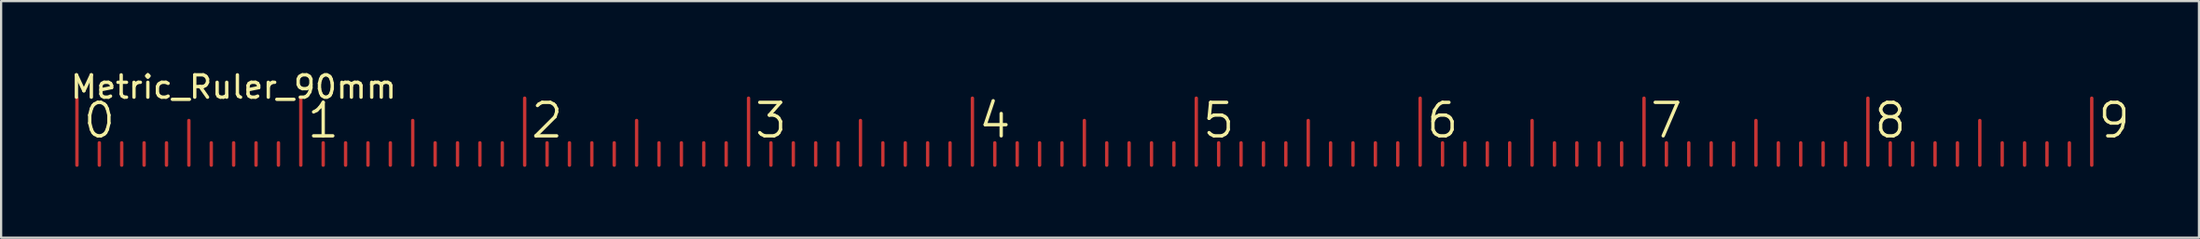
<source format=kicad_pcb>
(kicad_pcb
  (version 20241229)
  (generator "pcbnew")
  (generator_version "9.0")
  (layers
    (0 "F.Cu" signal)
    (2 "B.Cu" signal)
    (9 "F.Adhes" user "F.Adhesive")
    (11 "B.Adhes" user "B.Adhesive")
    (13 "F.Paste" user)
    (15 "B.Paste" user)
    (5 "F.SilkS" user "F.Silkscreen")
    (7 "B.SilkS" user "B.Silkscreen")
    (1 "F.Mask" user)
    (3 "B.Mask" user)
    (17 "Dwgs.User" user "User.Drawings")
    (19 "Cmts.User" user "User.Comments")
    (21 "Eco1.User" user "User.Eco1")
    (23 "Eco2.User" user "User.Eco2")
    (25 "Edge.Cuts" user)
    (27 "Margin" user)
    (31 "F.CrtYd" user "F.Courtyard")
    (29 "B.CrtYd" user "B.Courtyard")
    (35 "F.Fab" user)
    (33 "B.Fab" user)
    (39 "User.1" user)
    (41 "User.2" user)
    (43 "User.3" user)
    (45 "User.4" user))
  (footprint "Metric_Ruler_90mm"
    (layer "F.Cu")
    (at 0.387 4.348)
    (property "Reference" "Metric_Ruler_90mm" (at 7 -3.5 0) (layer "F.SilkS") (effects (font (size 1 1) (thickness 0.15))))
    (attr through_hole)
    (fp_line (start 0 0) (end 0 -3) (stroke (width 0.15) (type solid)) (layer "F.Cu"))
    (fp_line (start 1 0) (end 1 -1) (stroke (width 0.15) (type solid)) (layer "F.Cu"))
    (fp_line (start 2 0) (end 2 -1) (stroke (width 0.15) (type solid)) (layer "F.Cu"))
    (fp_line (start 3 0) (end 3 -1) (stroke (width 0.15) (type solid)) (layer "F.Cu"))
    (fp_line (start 4 0) (end 4 -1) (stroke (width 0.15) (type solid)) (layer "F.Cu"))
    (fp_line (start 5 0) (end 5 -2) (stroke (width 0.15) (type solid)) (layer "F.Cu"))
    (fp_line (start 6 0) (end 6 -1) (stroke (width 0.15) (type solid)) (layer "F.Cu"))
    (fp_line (start 7 0) (end 7 -1) (stroke (width 0.15) (type solid)) (layer "F.Cu"))
    (fp_line (start 8 0) (end 8 -1) (stroke (width 0.15) (type solid)) (layer "F.Cu"))
    (fp_line (start 9 0) (end 9 -1) (stroke (width 0.15) (type solid)) (layer "F.Cu"))
    (fp_line (start 10 0) (end 10 -3) (stroke (width 0.15) (type solid)) (layer "F.Cu"))
    (fp_line (start 11 0) (end 11 -1) (stroke (width 0.15) (type solid)) (layer "F.Cu"))
    (fp_line (start 12 0) (end 12 -1) (stroke (width 0.15) (type solid)) (layer "F.Cu"))
    (fp_line (start 13 0) (end 13 -1) (stroke (width 0.15) (type solid)) (layer "F.Cu"))
    (fp_line (start 14 0) (end 14 -1) (stroke (width 0.15) (type solid)) (layer "F.Cu"))
    (fp_line (start 15 0) (end 15 -2) (stroke (width 0.15) (type solid)) (layer "F.Cu"))
    (fp_line (start 16 0) (end 16 -1) (stroke (width 0.15) (type solid)) (layer "F.Cu"))
    (fp_line (start 17 0) (end 17 -1) (stroke (width 0.15) (type solid)) (layer "F.Cu"))
    (fp_line (start 18 0) (end 18 -1) (stroke (width 0.15) (type solid)) (layer "F.Cu"))
    (fp_line (start 19 0) (end 19 -1) (stroke (width 0.15) (type solid)) (layer "F.Cu"))
    (fp_line (start 20 0) (end 20 -3) (stroke (width 0.15) (type solid)) (layer "F.Cu"))
    (fp_line (start 21 0) (end 21 -1) (stroke (width 0.15) (type solid)) (layer "F.Cu"))
    (fp_line (start 22 0) (end 22 -1) (stroke (width 0.15) (type solid)) (layer "F.Cu"))
    (fp_line (start 23 0) (end 23 -1) (stroke (width 0.15) (type solid)) (layer "F.Cu"))
    (fp_line (start 24 0) (end 24 -1) (stroke (width 0.15) (type solid)) (layer "F.Cu"))
    (fp_line (start 25 0) (end 25 -2) (stroke (width 0.15) (type solid)) (layer "F.Cu"))
    (fp_line (start 26 0) (end 26 -1) (stroke (width 0.15) (type solid)) (layer "F.Cu"))
    (fp_line (start 27 0) (end 27 -1) (stroke (width 0.15) (type solid)) (layer "F.Cu"))
    (fp_line (start 28 0) (end 28 -1) (stroke (width 0.15) (type solid)) (layer "F.Cu"))
    (fp_line (start 29 0) (end 29 -1) (stroke (width 0.15) (type solid)) (layer "F.Cu"))
    (fp_line (start 30 0) (end 30 -3) (stroke (width 0.15) (type solid)) (layer "F.Cu"))
    (fp_line (start 31 0) (end 31 -1) (stroke (width 0.15) (type solid)) (layer "F.Cu"))
    (fp_line (start 32 0) (end 32 -1) (stroke (width 0.15) (type solid)) (layer "F.Cu"))
    (fp_line (start 33 0) (end 33 -1) (stroke (width 0.15) (type solid)) (layer "F.Cu"))
    (fp_line (start 34 0) (end 34 -1) (stroke (width 0.15) (type solid)) (layer "F.Cu"))
    (fp_line (start 35 0) (end 35 -2) (stroke (width 0.15) (type solid)) (layer "F.Cu"))
    (fp_line (start 36 0) (end 36 -1) (stroke (width 0.15) (type solid)) (layer "F.Cu"))
    (fp_line (start 37 0) (end 37 -1) (stroke (width 0.15) (type solid)) (layer "F.Cu"))
    (fp_line (start 38 0) (end 38 -1) (stroke (width 0.15) (type solid)) (layer "F.Cu"))
    (fp_line (start 39 0) (end 39 -1) (stroke (width 0.15) (type solid)) (layer "F.Cu"))
    (fp_line (start 40 0) (end 40 -3) (stroke (width 0.15) (type solid)) (layer "F.Cu"))
    (fp_line (start 41 0) (end 41 -1) (stroke (width 0.15) (type solid)) (layer "F.Cu"))
    (fp_line (start 42 0) (end 42 -1) (stroke (width 0.15) (type solid)) (layer "F.Cu"))
    (fp_line (start 43 0) (end 43 -1) (stroke (width 0.15) (type solid)) (layer "F.Cu"))
    (fp_line (start 44 0) (end 44 -1) (stroke (width 0.15) (type solid)) (layer "F.Cu"))
    (fp_line (start 45 0) (end 45 -2) (stroke (width 0.15) (type solid)) (layer "F.Cu"))
    (fp_line (start 46 0) (end 46 -1) (stroke (width 0.15) (type solid)) (layer "F.Cu"))
    (fp_line (start 47 0) (end 47 -1) (stroke (width 0.15) (type solid)) (layer "F.Cu"))
    (fp_line (start 48 0) (end 48 -1) (stroke (width 0.15) (type solid)) (layer "F.Cu"))
    (fp_line (start 49 0) (end 49 -1) (stroke (width 0.15) (type solid)) (layer "F.Cu"))
    (fp_line (start 50 0) (end 50 -3) (stroke (width 0.15) (type solid)) (layer "F.Cu"))
    (fp_line (start 51 0) (end 51 -1) (stroke (width 0.15) (type solid)) (layer "F.Cu"))
    (fp_line (start 52 0) (end 52 -1) (stroke (width 0.15) (type solid)) (layer "F.Cu"))
    (fp_line (start 53 0) (end 53 -1) (stroke (width 0.15) (type solid)) (layer "F.Cu"))
    (fp_line (start 54 0) (end 54 -1) (stroke (width 0.15) (type solid)) (layer "F.Cu"))
    (fp_line (start 55 0) (end 55 -2) (stroke (width 0.15) (type solid)) (layer "F.Cu"))
    (fp_line (start 56 0) (end 56 -1) (stroke (width 0.15) (type solid)) (layer "F.Cu"))
    (fp_line (start 57 0) (end 57 -1) (stroke (width 0.15) (type solid)) (layer "F.Cu"))
    (fp_line (start 58 0) (end 58 -1) (stroke (width 0.15) (type solid)) (layer "F.Cu"))
    (fp_line (start 59 0) (end 59 -1) (stroke (width 0.15) (type solid)) (layer "F.Cu"))
    (fp_line (start 60 0) (end 60 -3) (stroke (width 0.15) (type solid)) (layer "F.Cu"))
    (fp_line (start 61 0) (end 61 -1) (stroke (width 0.15) (type solid)) (layer "F.Cu"))
    (fp_line (start 62 0) (end 62 -1) (stroke (width 0.15) (type solid)) (layer "F.Cu"))
    (fp_line (start 63 0) (end 63 -1) (stroke (width 0.15) (type solid)) (layer "F.Cu"))
    (fp_line (start 64 0) (end 64 -1) (stroke (width 0.15) (type solid)) (layer "F.Cu"))
    (fp_line (start 65 0) (end 65 -2) (stroke (width 0.15) (type solid)) (layer "F.Cu"))
    (fp_line (start 66 0) (end 66 -1) (stroke (width 0.15) (type solid)) (layer "F.Cu"))
    (fp_line (start 67 0) (end 67 -1) (stroke (width 0.15) (type solid)) (layer "F.Cu"))
    (fp_line (start 68 0) (end 68 -1) (stroke (width 0.15) (type solid)) (layer "F.Cu"))
    (fp_line (start 69 0) (end 69 -1) (stroke (width 0.15) (type solid)) (layer "F.Cu"))
    (fp_line (start 70 0) (end 70 -3) (stroke (width 0.15) (type solid)) (layer "F.Cu"))
    (fp_line (start 71 0) (end 71 -1) (stroke (width 0.15) (type solid)) (layer "F.Cu"))
    (fp_line (start 72 0) (end 72 -1) (stroke (width 0.15) (type solid)) (layer "F.Cu"))
    (fp_line (start 73 0) (end 73 -1) (stroke (width 0.15) (type solid)) (layer "F.Cu"))
    (fp_line (start 74 0) (end 74 -1) (stroke (width 0.15) (type solid)) (layer "F.Cu"))
    (fp_line (start 75 0) (end 75 -2) (stroke (width 0.15) (type solid)) (layer "F.Cu"))
    (fp_line (start 76 0) (end 76 -1) (stroke (width 0.15) (type solid)) (layer "F.Cu"))
    (fp_line (start 77 0) (end 77 -1) (stroke (width 0.15) (type solid)) (layer "F.Cu"))
    (fp_line (start 78 0) (end 78 -1) (stroke (width 0.15) (type solid)) (layer "F.Cu"))
    (fp_line (start 79 0) (end 79 -1) (stroke (width 0.15) (type solid)) (layer "F.Cu"))
    (fp_line (start 80 0) (end 80 -3) (stroke (width 0.15) (type solid)) (layer "F.Cu"))
    (fp_line (start 81 0) (end 81 -1) (stroke (width 0.15) (type solid)) (layer "F.Cu"))
    (fp_line (start 82 0) (end 82 -1) (stroke (width 0.15) (type solid)) (layer "F.Cu"))
    (fp_line (start 83 0) (end 83 -1) (stroke (width 0.15) (type solid)) (layer "F.Cu"))
    (fp_line (start 84 0) (end 84 -1) (stroke (width 0.15) (type solid)) (layer "F.Cu"))
    (fp_line (start 85 0) (end 85 -2) (stroke (width 0.15) (type solid)) (layer "F.Cu"))
    (fp_line (start 86 0) (end 86 -1) (stroke (width 0.15) (type solid)) (layer "F.Cu"))
    (fp_line (start 87 0) (end 87 -1) (stroke (width 0.15) (type solid)) (layer "F.Cu"))
    (fp_line (start 88 0) (end 88 -1) (stroke (width 0.15) (type solid)) (layer "F.Cu"))
    (fp_line (start 89 0) (end 89 -1) (stroke (width 0.15) (type solid)) (layer "F.Cu"))
    (fp_line (start 90 0) (end 90 -3) (stroke (width 0.15) (type solid)) (layer "F.Cu"))
    (fp_line (start 0 -3) (end 0 -3) (stroke (width 0.15) (type solid)) (layer "F.Mask"))
    (fp_line (start 0 0) (end 0 -3) (stroke (width 0.15) (type solid)) (layer "F.Mask"))
    (fp_line (start 1 0) (end 1 -1) (stroke (width 0.15) (type solid)) (layer "F.Mask"))
    (fp_line (start 2 0) (end 2 -1) (stroke (width 0.15) (type solid)) (layer "F.Mask"))
    (fp_line (start 3 0) (end 3 -1) (stroke (width 0.15) (type solid)) (layer "F.Mask"))
    (fp_line (start 4 0) (end 4 -1) (stroke (width 0.15) (type solid)) (layer "F.Mask"))
    (fp_line (start 5 0) (end 5 -2) (stroke (width 0.15) (type solid)) (layer "F.Mask"))
    (fp_line (start 6 0) (end 6 -1) (stroke (width 0.15) (type solid)) (layer "F.Mask"))
    (fp_line (start 7 0) (end 7 -1) (stroke (width 0.15) (type solid)) (layer "F.Mask"))
    (fp_line (start 8 0) (end 8 -1) (stroke (width 0.15) (type solid)) (layer "F.Mask"))
    (fp_line (start 9 0) (end 9 -1) (stroke (width 0.15) (type solid)) (layer "F.Mask"))
    (fp_line (start 10 0) (end 10 -3) (stroke (width 0.15) (type solid)) (layer "F.Mask"))
    (fp_line (start 11 0) (end 11 -1) (stroke (width 0.15) (type solid)) (layer "F.Mask"))
    (fp_line (start 12 0) (end 12 -1) (stroke (width 0.15) (type solid)) (layer "F.Mask"))
    (fp_line (start 13 0) (end 13 -1) (stroke (width 0.15) (type solid)) (layer "F.Mask"))
    (fp_line (start 14 0) (end 14 -1) (stroke (width 0.15) (type solid)) (layer "F.Mask"))
    (fp_line (start 15 0) (end 15 -2) (stroke (width 0.15) (type solid)) (layer "F.Mask"))
    (fp_line (start 16 0) (end 16 -1) (stroke (width 0.15) (type solid)) (layer "F.Mask"))
    (fp_line (start 17 0) (end 17 -1) (stroke (width 0.15) (type solid)) (layer "F.Mask"))
    (fp_line (start 18 0) (end 18 -1) (stroke (width 0.15) (type solid)) (layer "F.Mask"))
    (fp_line (start 19 0) (end 19 -1) (stroke (width 0.15) (type solid)) (layer "F.Mask"))
    (fp_line (start 20 0) (end 20 -3) (stroke (width 0.15) (type solid)) (layer "F.Mask"))
    (fp_line (start 21 0) (end 21 -1) (stroke (width 0.15) (type solid)) (layer "F.Mask"))
    (fp_line (start 22 0) (end 22 -1) (stroke (width 0.15) (type solid)) (layer "F.Mask"))
    (fp_line (start 23 0) (end 23 -1) (stroke (width 0.15) (type solid)) (layer "F.Mask"))
    (fp_line (start 24 0) (end 24 -1) (stroke (width 0.15) (type solid)) (layer "F.Mask"))
    (fp_line (start 25 0) (end 25 -2) (stroke (width 0.15) (type solid)) (layer "F.Mask"))
    (fp_line (start 26 0) (end 26 -1) (stroke (width 0.15) (type solid)) (layer "F.Mask"))
    (fp_line (start 27 0) (end 27 -1) (stroke (width 0.15) (type solid)) (layer "F.Mask"))
    (fp_line (start 28 0) (end 28 -1) (stroke (width 0.15) (type solid)) (layer "F.Mask"))
    (fp_line (start 29 0) (end 29 -1) (stroke (width 0.15) (type solid)) (layer "F.Mask"))
    (fp_line (start 30 0) (end 30 -3) (stroke (width 0.15) (type solid)) (layer "F.Mask"))
    (fp_line (start 31 0) (end 31 -1) (stroke (width 0.15) (type solid)) (layer "F.Mask"))
    (fp_line (start 32 0) (end 32 -1) (stroke (width 0.15) (type solid)) (layer "F.Mask"))
    (fp_line (start 33 0) (end 33 -1) (stroke (width 0.15) (type solid)) (layer "F.Mask"))
    (fp_line (start 34 0) (end 34 -1) (stroke (width 0.15) (type solid)) (layer "F.Mask"))
    (fp_line (start 35 0) (end 35 -2) (stroke (width 0.15) (type solid)) (layer "F.Mask"))
    (fp_line (start 36 0) (end 36 -1) (stroke (width 0.15) (type solid)) (layer "F.Mask"))
    (fp_line (start 37 0) (end 37 -1) (stroke (width 0.15) (type solid)) (layer "F.Mask"))
    (fp_line (start 38 0) (end 38 -1) (stroke (width 0.15) (type solid)) (layer "F.Mask"))
    (fp_line (start 39 0) (end 39 -1) (stroke (width 0.15) (type solid)) (layer "F.Mask"))
    (fp_line (start 40 0) (end 40 -3) (stroke (width 0.15) (type solid)) (layer "F.Mask"))
    (fp_line (start 41 0) (end 41 -1) (stroke (width 0.15) (type solid)) (layer "F.Mask"))
    (fp_line (start 42 0) (end 42 -1) (stroke (width 0.15) (type solid)) (layer "F.Mask"))
    (fp_line (start 43 0) (end 43 -1) (stroke (width 0.15) (type solid)) (layer "F.Mask"))
    (fp_line (start 44 0) (end 44 -1) (stroke (width 0.15) (type solid)) (layer "F.Mask"))
    (fp_line (start 45 0) (end 45 -2) (stroke (width 0.15) (type solid)) (layer "F.Mask"))
    (fp_line (start 46 0) (end 46 -1) (stroke (width 0.15) (type solid)) (layer "F.Mask"))
    (fp_line (start 47 0) (end 47 -1) (stroke (width 0.15) (type solid)) (layer "F.Mask"))
    (fp_line (start 48 0) (end 48 -1) (stroke (width 0.15) (type solid)) (layer "F.Mask"))
    (fp_line (start 49 0) (end 49 -1) (stroke (width 0.15) (type solid)) (layer "F.Mask"))
    (fp_line (start 50 0) (end 50 -3) (stroke (width 0.15) (type solid)) (layer "F.Mask"))
    (fp_line (start 51 0) (end 51 -1) (stroke (width 0.15) (type solid)) (layer "F.Mask"))
    (fp_line (start 52 0) (end 52 -1) (stroke (width 0.15) (type solid)) (layer "F.Mask"))
    (fp_line (start 53 0) (end 53 -1) (stroke (width 0.15) (type solid)) (layer "F.Mask"))
    (fp_line (start 54 0) (end 54 -1) (stroke (width 0.15) (type solid)) (layer "F.Mask"))
    (fp_line (start 55 0) (end 55 -2) (stroke (width 0.15) (type solid)) (layer "F.Mask"))
    (fp_line (start 56 0) (end 56 -1) (stroke (width 0.15) (type solid)) (layer "F.Mask"))
    (fp_line (start 57 0) (end 57 -1) (stroke (width 0.15) (type solid)) (layer "F.Mask"))
    (fp_line (start 58 0) (end 58 -1) (stroke (width 0.15) (type solid)) (layer "F.Mask"))
    (fp_line (start 59 0) (end 59 -1) (stroke (width 0.15) (type solid)) (layer "F.Mask"))
    (fp_line (start 60 0) (end 60 -3) (stroke (width 0.15) (type solid)) (layer "F.Mask"))
    (fp_line (start 61 0) (end 61 -1) (stroke (width 0.15) (type solid)) (layer "F.Mask"))
    (fp_line (start 62 0) (end 62 -1) (stroke (width 0.15) (type solid)) (layer "F.Mask"))
    (fp_line (start 63 0) (end 63 -1) (stroke (width 0.15) (type solid)) (layer "F.Mask"))
    (fp_line (start 64 0) (end 64 -1) (stroke (width 0.15) (type solid)) (layer "F.Mask"))
    (fp_line (start 65 0) (end 65 -2) (stroke (width 0.15) (type solid)) (layer "F.Mask"))
    (fp_line (start 66 0) (end 66 -1) (stroke (width 0.15) (type solid)) (layer "F.Mask"))
    (fp_line (start 67 0) (end 67 -1) (stroke (width 0.15) (type solid)) (layer "F.Mask"))
    (fp_line (start 68 0) (end 68 -1) (stroke (width 0.15) (type solid)) (layer "F.Mask"))
    (fp_line (start 69 0) (end 69 -1) (stroke (width 0.15) (type solid)) (layer "F.Mask"))
    (fp_line (start 70 0) (end 70 -3) (stroke (width 0.15) (type solid)) (layer "F.Mask"))
    (fp_line (start 71 0) (end 71 -1) (stroke (width 0.15) (type solid)) (layer "F.Mask"))
    (fp_line (start 72 0) (end 72 -1) (stroke (width 0.15) (type solid)) (layer "F.Mask"))
    (fp_line (start 73 0) (end 73 -1) (stroke (width 0.15) (type solid)) (layer "F.Mask"))
    (fp_line (start 74 0) (end 74 -1) (stroke (width 0.15) (type solid)) (layer "F.Mask"))
    (fp_line (start 75 0) (end 75 -2) (stroke (width 0.15) (type solid)) (layer "F.Mask"))
    (fp_line (start 76 0) (end 76 -1) (stroke (width 0.15) (type solid)) (layer "F.Mask"))
    (fp_line (start 77 0) (end 77 -1) (stroke (width 0.15) (type solid)) (layer "F.Mask"))
    (fp_line (start 78 0) (end 78 -1) (stroke (width 0.15) (type solid)) (layer "F.Mask"))
    (fp_line (start 79 0) (end 79 -1) (stroke (width 0.15) (type solid)) (layer "F.Mask"))
    (fp_line (start 80 0) (end 80 -3) (stroke (width 0.15) (type solid)) (layer "F.Mask"))
    (fp_line (start 81 0) (end 81 -1) (stroke (width 0.15) (type solid)) (layer "F.Mask"))
    (fp_line (start 82 0) (end 82 -1) (stroke (width 0.15) (type solid)) (layer "F.Mask"))
    (fp_line (start 83 0) (end 83 -1) (stroke (width 0.15) (type solid)) (layer "F.Mask"))
    (fp_line (start 84 0) (end 84 -1) (stroke (width 0.15) (type solid)) (layer "F.Mask"))
    (fp_line (start 85 0) (end 85 -2) (stroke (width 0.15) (type solid)) (layer "F.Mask"))
    (fp_line (start 86 0) (end 86 -1) (stroke (width 0.15) (type solid)) (layer "F.Mask"))
    (fp_line (start 87 0) (end 87 -1) (stroke (width 0.15) (type solid)) (layer "F.Mask"))
    (fp_line (start 88 0) (end 88 -1) (stroke (width 0.15) (type solid)) (layer "F.Mask"))
    (fp_line (start 89 0) (end 89 -1) (stroke (width 0.15) (type solid)) (layer "F.Mask"))
    (fp_line (start 90 0) (end 90 -3) (stroke (width 0.15) (type solid)) (layer "F.Mask"))
    (fp_text user "2" (at 21 -2 0) (layer "F.SilkS") (effects (font (size 1.5 1.5) (thickness 0.15))))
    (fp_text user "3" (at 31 -2 0) (layer "F.SilkS") (effects (font (size 1.5 1.5) (thickness 0.15))))
    (fp_text user "7" (at 71 -2 0) (layer "F.SilkS") (effects (font (size 1.5 1.5) (thickness 0.15))))
    (fp_text user "6" (at 61 -2 0) (layer "F.SilkS") (effects (font (size 1.5 1.5) (thickness 0.15))))
    (fp_text user "4" (at 41 -2 0) (layer "F.SilkS") (effects (font (size 1.5 1.5) (thickness 0.15))))
    (fp_text user "8" (at 81 -2 0) (layer "F.SilkS") (effects (font (size 1.5 1.5) (thickness 0.15))))
    (fp_text user "5" (at 51 -2 0) (layer "F.SilkS") (effects (font (size 1.5 1.5) (thickness 0.15))))
    (fp_text user "1" (at 11 -2 0) (layer "F.SilkS") (effects (font (size 1.5 1.5) (thickness 0.15))))
    (fp_text user "9" (at 91 -2 0) (layer "F.SilkS") (effects (font (size 1.5 1.5) (thickness 0.15))))
    (fp_text user "0" (at 1 -2 0) (layer "F.SilkS") (effects (font (size 1.5 1.5) (thickness 0.15)))))
  (gr_rect
    (start -3 -3)
    (end 95.176 7.598)
    (stroke (width 0.1) (type default))
    (fill no)
    (layer "Edge.Cuts")))
</source>
